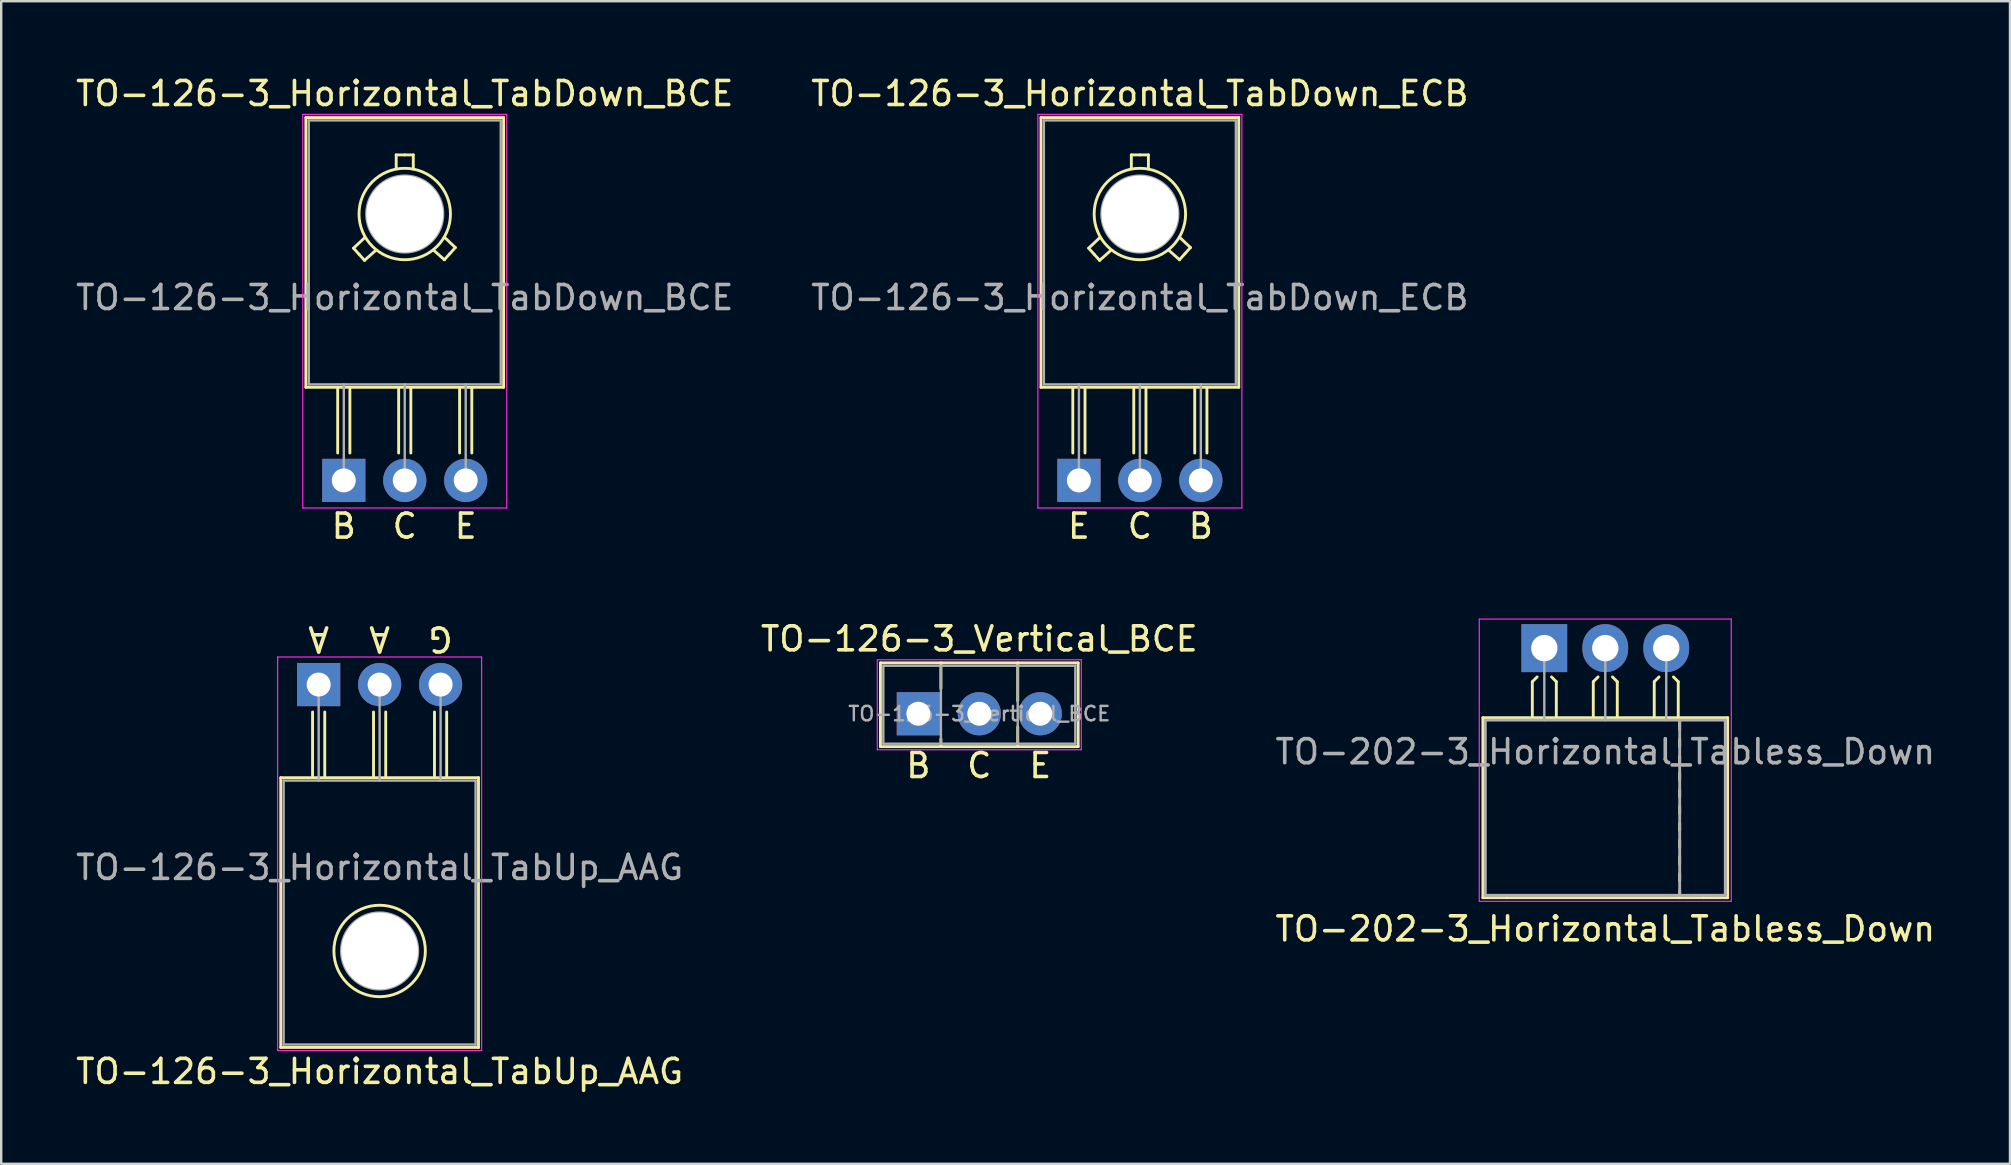
<source format=kicad_pcb>
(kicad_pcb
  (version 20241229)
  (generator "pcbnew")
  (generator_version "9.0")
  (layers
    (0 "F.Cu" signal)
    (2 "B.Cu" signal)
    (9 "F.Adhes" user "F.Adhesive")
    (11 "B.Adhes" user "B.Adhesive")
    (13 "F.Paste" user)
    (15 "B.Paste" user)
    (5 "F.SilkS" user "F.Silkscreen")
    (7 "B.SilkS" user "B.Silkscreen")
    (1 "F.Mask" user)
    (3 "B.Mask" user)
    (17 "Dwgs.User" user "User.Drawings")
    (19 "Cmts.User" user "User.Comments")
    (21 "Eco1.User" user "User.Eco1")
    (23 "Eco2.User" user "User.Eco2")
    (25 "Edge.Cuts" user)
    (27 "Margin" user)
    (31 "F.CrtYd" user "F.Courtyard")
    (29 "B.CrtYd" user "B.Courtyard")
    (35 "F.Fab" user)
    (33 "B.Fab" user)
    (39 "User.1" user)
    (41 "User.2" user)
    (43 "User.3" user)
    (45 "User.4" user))
  (footprint "TO-126-3_Horizontal_TabDown_BCE"
    (layer "F.Cu")
    (at 11.275 16.968)
    (property "Reference" "TO-126-3_Horizontal_TabDown_BCE" (at 2.54 -16.12 0) (layer "F.SilkS") (effects (font (size 1 1) (thickness 0.15))))
    (fp_line (start -1.58 -15.12) (end -1.58 -3.88) (stroke (width 0.12) (type solid)) (layer "F.SilkS"))
    (fp_line (start -1.58 -15.12) (end 6.66 -15.12) (stroke (width 0.12) (type solid)) (layer "F.SilkS"))
    (fp_line (start -1.58 -3.88) (end 6.66 -3.88) (stroke (width 0.12) (type solid)) (layer "F.SilkS"))
    (fp_line (start -0.254 -1.143) (end -0.254 -3.873) (stroke (width 0.12) (type solid)) (layer "F.SilkS"))
    (fp_line (start 0.254 -3.873) (end 0.254 -1.143) (stroke (width 0.12) (type solid)) (layer "F.SilkS"))
    (fp_line (start 0.406 -9.677) (end 0.864 -10.109) (stroke (width 0.12) (type solid)) (layer "F.SilkS"))
    (fp_line (start 0.635 -9.423) (end 0.406 -9.677) (stroke (width 0.12) (type solid)) (layer "F.SilkS"))
    (fp_line (start 0.864 -9.169) (end 0.635 -9.423) (stroke (width 0.12) (type solid)) (layer "F.SilkS"))
    (fp_line (start 0.864 -9.169) (end 1.321 -9.576) (stroke (width 0.12) (type solid)) (layer "F.SilkS"))
    (fp_line (start 2.184 -13.564) (end 2.184 -13.005) (stroke (width 0.12) (type solid)) (layer "F.SilkS"))
    (fp_line (start 2.184 -13.564) (end 2.54 -13.564) (stroke (width 0.12) (type solid)) (layer "F.SilkS"))
    (fp_line (start 2.286 -1.143) (end 2.286 -3.873) (stroke (width 0.12) (type solid)) (layer "F.SilkS"))
    (fp_line (start 2.54 -13.564) (end 2.896 -13.564) (stroke (width 0.12) (type solid)) (layer "F.SilkS"))
    (fp_line (start 2.794 -3.873) (end 2.794 -1.143) (stroke (width 0.12) (type solid)) (layer "F.SilkS"))
    (fp_line (start 2.896 -13.564) (end 2.896 -12.979) (stroke (width 0.12) (type solid)) (layer "F.SilkS"))
    (fp_line (start 4.191 -9.195) (end 3.734 -9.601) (stroke (width 0.12) (type solid)) (layer "F.SilkS"))
    (fp_line (start 4.191 -9.195) (end 4.42 -9.449) (stroke (width 0.12) (type solid)) (layer "F.SilkS"))
    (fp_line (start 4.42 -9.449) (end 4.648 -9.703) (stroke (width 0.12) (type solid)) (layer "F.SilkS"))
    (fp_line (start 4.648 -9.703) (end 4.191 -10.135) (stroke (width 0.12) (type solid)) (layer "F.SilkS"))
    (fp_line (start 4.826 -1.143) (end 4.826 -3.873) (stroke (width 0.12) (type solid)) (layer "F.SilkS"))
    (fp_line (start 5.334 -3.873) (end 5.334 -1.143) (stroke (width 0.12) (type solid)) (layer "F.SilkS"))
    (fp_line (start 6.66 -15.12) (end 6.66 -3.88) (stroke (width 0.12) (type solid)) (layer "F.SilkS"))
    (fp_circle (center 2.54 -11.1) (end 4.445 -11.125) (stroke (width 0.12) (type solid)) (fill no) (layer "F.SilkS"))
    (fp_line (start -1.71 -15.25) (end -1.71 1.15) (stroke (width 0.05) (type solid)) (layer "F.CrtYd"))
    (fp_line (start -1.71 1.15) (end 6.79 1.15) (stroke (width 0.05) (type solid)) (layer "F.CrtYd"))
    (fp_line (start 6.79 -15.25) (end -1.71 -15.25) (stroke (width 0.05) (type solid)) (layer "F.CrtYd"))
    (fp_line (start 6.79 1.15) (end 6.79 -15.25) (stroke (width 0.05) (type solid)) (layer "F.CrtYd"))
    (fp_line (start -1.46 -15) (end 6.54 -15) (stroke (width 0.1) (type solid)) (layer "F.Fab"))
    (fp_line (start -1.46 -4) (end -1.46 -15) (stroke (width 0.1) (type solid)) (layer "F.Fab"))
    (fp_line (start 0 -4) (end 0 0) (stroke (width 0.1) (type solid)) (layer "F.Fab"))
    (fp_line (start 2.54 -4) (end 2.54 0) (stroke (width 0.1) (type solid)) (layer "F.Fab"))
    (fp_line (start 5.08 -4) (end 5.08 0) (stroke (width 0.1) (type solid)) (layer "F.Fab"))
    (fp_line (start 6.54 -15) (end 6.54 -4) (stroke (width 0.1) (type solid)) (layer "F.Fab"))
    (fp_line (start 6.54 -4) (end -1.46 -4) (stroke (width 0.1) (type solid)) (layer "F.Fab"))
    (fp_circle (center 2.54 -11.1) (end 4.14 -11.1) (stroke (width 0.1) (type solid)) (fill no) (layer "F.Fab"))
    (fp_text user "B" (at 0 1.905 0) (unlocked yes) (layer "F.SilkS") (effects (font (size 1 1) (thickness 0.15))))
    (fp_text user "C" (at 2.54 1.905 0) (unlocked yes) (layer "F.SilkS") (effects (font (size 1 1) (thickness 0.15))))
    (fp_text user "E" (at 5.08 1.905 0) (unlocked yes) (layer "F.SilkS") (effects (font (size 1 1) (thickness 0.15))))
    (fp_text user "${REFERENCE}" (at 2.54 -7.62 0) (layer "F.Fab") (effects (font (size 1 1) (thickness 0.15))))
    (pad "" np_thru_hole oval (at 2.54 -11.1) (size 3.2 3.2) (drill 3.2) (layers "*.Cu" "*.Mask"))
    (pad "1" thru_hole rect (at 0 0) (size 1.8 1.8) (drill 1) (layers "*.Cu" "*.Mask"))
    (pad "2" thru_hole oval (at 2.54 0) (size 1.8 1.8) (drill 1) (layers "*.Cu" "*.Mask"))
    (pad "3" thru_hole oval (at 5.08 0) (size 1.8 1.8) (drill 1) (layers "*.Cu" "*.Mask")))
  (footprint "TO-126-3_Horizontal_TabDown_ECB"
    (layer "F.Cu")
    (at 41.906 16.968)
    (property "Reference" "TO-126-3_Horizontal_TabDown_ECB" (at 2.54 -16.12 0) (layer "F.SilkS") (effects (font (size 1 1) (thickness 0.15))))
    (fp_line (start -1.58 -15.12) (end -1.58 -3.88) (stroke (width 0.12) (type solid)) (layer "F.SilkS"))
    (fp_line (start -1.58 -15.12) (end 6.66 -15.12) (stroke (width 0.12) (type solid)) (layer "F.SilkS"))
    (fp_line (start -1.58 -3.88) (end 6.66 -3.88) (stroke (width 0.12) (type solid)) (layer "F.SilkS"))
    (fp_line (start -0.254 -1.143) (end -0.254 -3.873) (stroke (width 0.12) (type solid)) (layer "F.SilkS"))
    (fp_line (start 0.254 -3.873) (end 0.254 -1.143) (stroke (width 0.12) (type solid)) (layer "F.SilkS"))
    (fp_line (start 0.406 -9.677) (end 0.864 -10.109) (stroke (width 0.12) (type solid)) (layer "F.SilkS"))
    (fp_line (start 0.635 -9.423) (end 0.406 -9.677) (stroke (width 0.12) (type solid)) (layer "F.SilkS"))
    (fp_line (start 0.864 -9.169) (end 0.635 -9.423) (stroke (width 0.12) (type solid)) (layer "F.SilkS"))
    (fp_line (start 0.864 -9.169) (end 1.321 -9.576) (stroke (width 0.12) (type solid)) (layer "F.SilkS"))
    (fp_line (start 2.184 -13.564) (end 2.184 -13.005) (stroke (width 0.12) (type solid)) (layer "F.SilkS"))
    (fp_line (start 2.184 -13.564) (end 2.54 -13.564) (stroke (width 0.12) (type solid)) (layer "F.SilkS"))
    (fp_line (start 2.286 -1.143) (end 2.286 -3.873) (stroke (width 0.12) (type solid)) (layer "F.SilkS"))
    (fp_line (start 2.54 -13.564) (end 2.896 -13.564) (stroke (width 0.12) (type solid)) (layer "F.SilkS"))
    (fp_line (start 2.794 -3.873) (end 2.794 -1.143) (stroke (width 0.12) (type solid)) (layer "F.SilkS"))
    (fp_line (start 2.896 -13.564) (end 2.896 -12.979) (stroke (width 0.12) (type solid)) (layer "F.SilkS"))
    (fp_line (start 4.191 -9.195) (end 3.734 -9.601) (stroke (width 0.12) (type solid)) (layer "F.SilkS"))
    (fp_line (start 4.191 -9.195) (end 4.42 -9.449) (stroke (width 0.12) (type solid)) (layer "F.SilkS"))
    (fp_line (start 4.42 -9.449) (end 4.648 -9.703) (stroke (width 0.12) (type solid)) (layer "F.SilkS"))
    (fp_line (start 4.648 -9.703) (end 4.191 -10.135) (stroke (width 0.12) (type solid)) (layer "F.SilkS"))
    (fp_line (start 4.826 -1.143) (end 4.826 -3.873) (stroke (width 0.12) (type solid)) (layer "F.SilkS"))
    (fp_line (start 5.334 -3.873) (end 5.334 -1.143) (stroke (width 0.12) (type solid)) (layer "F.SilkS"))
    (fp_line (start 6.66 -15.12) (end 6.66 -3.88) (stroke (width 0.12) (type solid)) (layer "F.SilkS"))
    (fp_circle (center 2.54 -11.1) (end 4.445 -11.125) (stroke (width 0.12) (type solid)) (fill no) (layer "F.SilkS"))
    (fp_line (start -1.71 -15.25) (end -1.71 1.15) (stroke (width 0.05) (type solid)) (layer "F.CrtYd"))
    (fp_line (start -1.71 1.15) (end 6.79 1.15) (stroke (width 0.05) (type solid)) (layer "F.CrtYd"))
    (fp_line (start 6.79 -15.25) (end -1.71 -15.25) (stroke (width 0.05) (type solid)) (layer "F.CrtYd"))
    (fp_line (start 6.79 1.15) (end 6.79 -15.25) (stroke (width 0.05) (type solid)) (layer "F.CrtYd"))
    (fp_line (start -1.46 -15) (end 6.54 -15) (stroke (width 0.1) (type solid)) (layer "F.Fab"))
    (fp_line (start -1.46 -4) (end -1.46 -15) (stroke (width 0.1) (type solid)) (layer "F.Fab"))
    (fp_line (start 0 -4) (end 0 0) (stroke (width 0.1) (type solid)) (layer "F.Fab"))
    (fp_line (start 2.54 -4) (end 2.54 0) (stroke (width 0.1) (type solid)) (layer "F.Fab"))
    (fp_line (start 5.08 -4) (end 5.08 0) (stroke (width 0.1) (type solid)) (layer "F.Fab"))
    (fp_line (start 6.54 -15) (end 6.54 -4) (stroke (width 0.1) (type solid)) (layer "F.Fab"))
    (fp_line (start 6.54 -4) (end -1.46 -4) (stroke (width 0.1) (type solid)) (layer "F.Fab"))
    (fp_circle (center 2.54 -11.1) (end 4.14 -11.1) (stroke (width 0.1) (type solid)) (fill no) (layer "F.Fab"))
    (fp_text user "E" (at 0 1.905 0) (unlocked yes) (layer "F.SilkS") (effects (font (size 1 1) (thickness 0.15))))
    (fp_text user "B" (at 5.08 1.905 0) (unlocked yes) (layer "F.SilkS") (effects (font (size 1 1) (thickness 0.15))))
    (fp_text user "C" (at 2.54 1.905 0) (unlocked yes) (layer "F.SilkS") (effects (font (size 1 1) (thickness 0.15))))
    (fp_text user "${REFERENCE}" (at 2.54 -7.62 0) (layer "F.Fab") (effects (font (size 1 1) (thickness 0.15))))
    (pad "" np_thru_hole oval (at 2.54 -11.1) (size 3.2 3.2) (drill 3.2) (layers "*.Cu" "*.Mask"))
    (pad "1" thru_hole rect (at 0 0) (size 1.8 1.8) (drill 1) (layers "*.Cu" "*.Mask"))
    (pad "2" thru_hole oval (at 2.54 0) (size 1.8 1.8) (drill 1) (layers "*.Cu" "*.Mask"))
    (pad "3" thru_hole oval (at 5.08 0) (size 1.8 1.8) (drill 1) (layers "*.Cu" "*.Mask")))
  (footprint "TO-126-3_Vertical_BCE"
    (layer "F.Cu")
    (at 35.216 26.69)
    (property "Reference" "TO-126-3_Vertical_BCE" (at 2.54 -3.12 0) (layer "F.SilkS") (effects (font (size 1 1) (thickness 0.15))))
    (fp_line (start -1.58 -2.12) (end -1.58 1.37) (stroke (width 0.12) (type solid)) (layer "F.SilkS"))
    (fp_line (start -1.58 -2.12) (end 6.66 -2.12) (stroke (width 0.12) (type solid)) (layer "F.SilkS"))
    (fp_line (start -1.58 1.37) (end 6.66 1.37) (stroke (width 0.12) (type solid)) (layer "F.SilkS"))
    (fp_line (start 0.94 -2.12) (end 0.94 -1.05) (stroke (width 0.12) (type solid)) (layer "F.SilkS"))
    (fp_line (start 0.94 1.05) (end 0.94 1.37) (stroke (width 0.12) (type solid)) (layer "F.SilkS"))
    (fp_line (start 4.141 -2.12) (end 4.141 -0.54) (stroke (width 0.12) (type solid)) (layer "F.SilkS"))
    (fp_line (start 4.141 0.54) (end 4.141 1.37) (stroke (width 0.12) (type solid)) (layer "F.SilkS"))
    (fp_line (start 6.66 -2.12) (end 6.66 1.37) (stroke (width 0.12) (type solid)) (layer "F.SilkS"))
    (fp_line (start -1.71 -2.25) (end -1.71 1.5) (stroke (width 0.05) (type solid)) (layer "F.CrtYd"))
    (fp_line (start -1.71 1.5) (end 6.79 1.5) (stroke (width 0.05) (type solid)) (layer "F.CrtYd"))
    (fp_line (start 6.79 -2.25) (end -1.71 -2.25) (stroke (width 0.05) (type solid)) (layer "F.CrtYd"))
    (fp_line (start 6.79 1.5) (end 6.79 -2.25) (stroke (width 0.05) (type solid)) (layer "F.CrtYd"))
    (fp_line (start -1.46 -2) (end -1.46 1.25) (stroke (width 0.1) (type solid)) (layer "F.Fab"))
    (fp_line (start -1.46 1.25) (end 6.54 1.25) (stroke (width 0.1) (type solid)) (layer "F.Fab"))
    (fp_line (start 0.94 -2) (end 0.94 1.25) (stroke (width 0.1) (type solid)) (layer "F.Fab"))
    (fp_line (start 4.14 -2) (end 4.14 1.25) (stroke (width 0.1) (type solid)) (layer "F.Fab"))
    (fp_line (start 6.54 -2) (end -1.46 -2) (stroke (width 0.1) (type solid)) (layer "F.Fab"))
    (fp_line (start 6.54 1.25) (end 6.54 -2) (stroke (width 0.1) (type solid)) (layer "F.Fab"))
    (fp_text user "B" (at 0 2.159 0) (unlocked yes) (layer "F.SilkS") (effects (font (size 1 1) (thickness 0.15))))
    (fp_text user "C" (at 2.54 2.159 0) (unlocked yes) (layer "F.SilkS") (effects (font (size 1 1) (thickness 0.15))))
    (fp_text user "E" (at 5.08 2.159 0) (unlocked yes) (layer "F.SilkS") (effects (font (size 1 1) (thickness 0.15))))
    (fp_text user "${REFERENCE}" (at 2.54 0 0) (layer "F.Fab") (effects (font (size 0.6 0.6) (thickness 0.1))))
    (pad "1" thru_hole rect (at 0 0) (size 1.8 1.8) (drill 1) (layers "*.Cu" "*.Mask"))
    (pad "2" thru_hole oval (at 2.54 0) (size 1.8 1.8) (drill 1) (layers "*.Cu" "*.Mask"))
    (pad "3" thru_hole oval (at 5.08 0) (size 1.8 1.8) (drill 1) (layers "*.Cu" "*.Mask")))
  (footprint "TO-126-3_Horizontal_TabUp_AAG"
    (layer "F.Cu")
    (at 10.228 25.475)
    (property "Reference" "TO-126-3_Horizontal_TabUp_AAG" (at 2.54 16.12 0) (layer "F.SilkS") (effects (font (size 1 1) (thickness 0.15))))
    (fp_line (start -1.58 3.88) (end -1.58 15.12) (stroke (width 0.12) (type solid)) (layer "F.SilkS"))
    (fp_line (start -1.58 3.88) (end 6.66 3.88) (stroke (width 0.12) (type solid)) (layer "F.SilkS"))
    (fp_line (start -1.58 15.12) (end 6.66 15.12) (stroke (width 0.12) (type solid)) (layer "F.SilkS"))
    (fp_line (start -0.254 3.873) (end -0.254 1.143) (stroke (width 0.12) (type solid)) (layer "F.SilkS"))
    (fp_line (start 0.254 1.143) (end 0.254 3.873) (stroke (width 0.12) (type solid)) (layer "F.SilkS"))
    (fp_line (start 2.286 3.873) (end 2.286 1.143) (stroke (width 0.12) (type solid)) (layer "F.SilkS"))
    (fp_line (start 2.794 1.143) (end 2.794 3.873) (stroke (width 0.12) (type solid)) (layer "F.SilkS"))
    (fp_line (start 4.826 3.873) (end 4.826 1.143) (stroke (width 0.12) (type solid)) (layer "F.SilkS"))
    (fp_line (start 5.334 1.143) (end 5.334 3.873) (stroke (width 0.12) (type solid)) (layer "F.SilkS"))
    (fp_line (start 6.66 3.88) (end 6.66 15.12) (stroke (width 0.12) (type solid)) (layer "F.SilkS"))
    (fp_circle (center 2.54 11.1) (end 0.635 11.125) (stroke (width 0.12) (type solid)) (fill no) (layer "F.SilkS"))
    (fp_line (start -1.71 -1.15) (end -1.71 15.25) (stroke (width 0.05) (type solid)) (layer "F.CrtYd"))
    (fp_line (start -1.71 15.25) (end 6.79 15.25) (stroke (width 0.05) (type solid)) (layer "F.CrtYd"))
    (fp_line (start 6.79 -1.15) (end -1.71 -1.15) (stroke (width 0.05) (type solid)) (layer "F.CrtYd"))
    (fp_line (start 6.79 15.25) (end 6.79 -1.15) (stroke (width 0.05) (type solid)) (layer "F.CrtYd"))
    (fp_line (start -1.46 4) (end -1.46 15) (stroke (width 0.1) (type solid)) (layer "F.Fab"))
    (fp_line (start -1.46 15) (end 6.54 15) (stroke (width 0.1) (type solid)) (layer "F.Fab"))
    (fp_line (start 0 4) (end 0 0) (stroke (width 0.1) (type solid)) (layer "F.Fab"))
    (fp_line (start 2.54 4) (end 2.54 0) (stroke (width 0.1) (type solid)) (layer "F.Fab"))
    (fp_line (start 5.08 4) (end 5.08 0) (stroke (width 0.1) (type solid)) (layer "F.Fab"))
    (fp_line (start 6.54 4) (end -1.46 4) (stroke (width 0.1) (type solid)) (layer "F.Fab"))
    (fp_line (start 6.54 15) (end 6.54 4) (stroke (width 0.1) (type solid)) (layer "F.Fab"))
    (fp_circle (center 2.54 11.1) (end 4.14 11.1) (stroke (width 0.1) (type solid)) (fill no) (layer "F.Fab"))
    (fp_text user "G" (at 5.08 -1.905 180) (unlocked yes) (layer "F.SilkS") (effects (font (size 1 1) (thickness 0.15))))
    (fp_text user "A" (at 2.54 -1.905 180) (unlocked yes) (layer "F.SilkS") (effects (font (size 1 1) (thickness 0.15))))
    (fp_text user "A" (at 0 -1.905 180) (unlocked yes) (layer "F.SilkS") (effects (font (size 1 1) (thickness 0.15))))
    (fp_text user "${REFERENCE}" (at 2.54 7.62 0) (layer "F.Fab") (effects (font (size 1 1) (thickness 0.15))))
    (pad "" np_thru_hole oval (at 2.54 11.1) (size 3.2 3.2) (drill 3.2) (layers "*.Cu" "*.Mask"))
    (pad "1" thru_hole rect (at 0 0) (size 1.8 1.8) (drill 1) (layers "*.Cu" "*.Mask"))
    (pad "2" thru_hole oval (at 2.54 0) (size 1.8 1.8) (drill 1) (layers "*.Cu" "*.Mask"))
    (pad "3" thru_hole oval (at 5.08 0) (size 1.8 1.8) (drill 1) (layers "*.Cu" "*.Mask")))
  (footprint "TO-202-3_Horizontal_Tabless_Down"
    (layer "F.Cu")
    (at 61.299 23.956)
    (property "Reference" "TO-202-3_Horizontal_Tabless_Down" (at 2.54 11.7 180) (layer "F.SilkS") (effects (font (size 1 1) (thickness 0.15))))
    (attr through_hole)
    (fp_line (start -2.56 2.9) (end 7.64 2.9) (stroke (width 0.12) (type solid)) (layer "F.SilkS"))
    (fp_line (start -2.56 10.4) (end -2.56 2.9) (stroke (width 0.12) (type solid)) (layer "F.SilkS"))
    (fp_line (start -1.56 10.4) (end -2.56 10.4) (stroke (width 0.12) (type solid)) (layer "F.SilkS"))
    (fp_line (start -0.5 1.4) (end -0.3 1.2) (stroke (width 0.12) (type solid)) (layer "F.SilkS"))
    (fp_line (start -0.5 2.9) (end -0.5 1.4) (stroke (width 0.12) (type solid)) (layer "F.SilkS"))
    (fp_line (start 0.5 1.4) (end 0.3 1.2) (stroke (width 0.12) (type solid)) (layer "F.SilkS"))
    (fp_line (start 0.5 2.9) (end 0.5 1.4) (stroke (width 0.12) (type solid)) (layer "F.SilkS"))
    (fp_line (start 2.04 1.4) (end 2.24 1.2) (stroke (width 0.12) (type solid)) (layer "F.SilkS"))
    (fp_line (start 2.04 2.9) (end 2.04 1.4) (stroke (width 0.12) (type solid)) (layer "F.SilkS"))
    (fp_line (start 3.04 1.4) (end 2.84 1.2) (stroke (width 0.12) (type solid)) (layer "F.SilkS"))
    (fp_line (start 3.04 2.9) (end 3.04 1.4) (stroke (width 0.12) (type solid)) (layer "F.SilkS"))
    (fp_line (start 4.58 1.4) (end 4.78 1.2) (stroke (width 0.12) (type solid)) (layer "F.SilkS"))
    (fp_line (start 4.58 2.9) (end 4.58 1.4) (stroke (width 0.12) (type solid)) (layer "F.SilkS"))
    (fp_line (start 5.58 1.4) (end 5.38 1.2) (stroke (width 0.12) (type solid)) (layer "F.SilkS"))
    (fp_line (start 5.58 2.9) (end 5.58 1.4) (stroke (width 0.12) (type solid)) (layer "F.SilkS"))
    (fp_line (start 5.64 3.4) (end 5.64 3.1) (stroke (width 0.12) (type solid)) (layer "F.SilkS"))
    (fp_line (start 5.64 4.1) (end 5.64 3.8) (stroke (width 0.12) (type solid)) (layer "F.SilkS"))
    (fp_line (start 5.64 4.8) (end 5.64 4.5) (stroke (width 0.12) (type solid)) (layer "F.SilkS"))
    (fp_line (start 5.64 5.5) (end 5.64 5.2) (stroke (width 0.12) (type solid)) (layer "F.SilkS"))
    (fp_line (start 5.64 6.2) (end 5.64 5.9) (stroke (width 0.12) (type solid)) (layer "F.SilkS"))
    (fp_line (start 5.64 6.9) (end 5.64 6.6) (stroke (width 0.12) (type solid)) (layer "F.SilkS"))
    (fp_line (start 5.64 7.6) (end 5.64 7.3) (stroke (width 0.12) (type solid)) (layer "F.SilkS"))
    (fp_line (start 5.64 8.3) (end 5.64 8) (stroke (width 0.12) (type solid)) (layer "F.SilkS"))
    (fp_line (start 5.64 9) (end 5.64 8.7) (stroke (width 0.12) (type solid)) (layer "F.SilkS"))
    (fp_line (start 5.64 9.7) (end 5.64 9.4) (stroke (width 0.12) (type solid)) (layer "F.SilkS"))
    (fp_line (start 5.64 10.4) (end 5.64 10.1) (stroke (width 0.12) (type solid)) (layer "F.SilkS"))
    (fp_line (start 6.64 10.4) (end -1.56 10.4) (stroke (width 0.12) (type solid)) (layer "F.SilkS"))
    (fp_line (start 7.64 2.9) (end 7.64 10.4) (stroke (width 0.12) (type solid)) (layer "F.SilkS"))
    (fp_line (start 7.64 10.4) (end 6.64 10.4) (stroke (width 0.12) (type solid)) (layer "F.SilkS"))
    (fp_line (start -2.71 -1.21) (end -2.71 10.55) (stroke (width 0.05) (type solid)) (layer "F.CrtYd"))
    (fp_line (start -2.71 10.55) (end 7.79 10.55) (stroke (width 0.05) (type solid)) (layer "F.CrtYd"))
    (fp_line (start 7.79 -1.21) (end -2.71 -1.21) (stroke (width 0.05) (type solid)) (layer "F.CrtYd"))
    (fp_line (start 7.79 10.55) (end 7.79 -1.21) (stroke (width 0.05) (type solid)) (layer "F.CrtYd"))
    (fp_line (start -2.46 3) (end -2.46 10.3) (stroke (width 0.12) (type solid)) (layer "F.Fab"))
    (fp_line (start -2.46 10.3) (end 7.54 10.3) (stroke (width 0.12) (type solid)) (layer "F.Fab"))
    (fp_line (start 0 0) (end 0 3) (stroke (width 0.1) (type solid)) (layer "F.Fab"))
    (fp_line (start 2.54 0) (end 2.54 3) (stroke (width 0.1) (type solid)) (layer "F.Fab"))
    (fp_line (start 5.08 0) (end 5.08 3) (stroke (width 0.1) (type solid)) (layer "F.Fab"))
    (fp_line (start 5.64 3) (end 5.64 10.3) (stroke (width 0.12) (type solid)) (layer "F.Fab"))
    (fp_line (start 7.54 3) (end -2.46 3) (stroke (width 0.12) (type solid)) (layer "F.Fab"))
    (fp_line (start 7.54 10.3) (end 7.54 3) (stroke (width 0.12) (type solid)) (layer "F.Fab"))
    (fp_text user "${REFERENCE}" (at 2.54 4.318 180) (layer "F.Fab") (effects (font (size 1 1) (thickness 0.15))))
    (pad "1" thru_hole rect (at 0 0) (size 1.905 2) (drill 1.1) (layers "*.Cu" "*.Mask"))
    (pad "2" thru_hole oval (at 2.54 0) (size 1.905 2) (drill 1.1) (layers "*.Cu" "*.Mask"))
    (pad "3" thru_hole oval (at 5.08 0) (size 1.905 2) (drill 1.1) (layers "*.Cu" "*.Mask")))
  (gr_rect
    (start -3 -3)
    (end 80.702 45.443)
    (stroke (width 0.1) (type default))
    (fill no)
    (layer "Edge.Cuts")))
</source>
